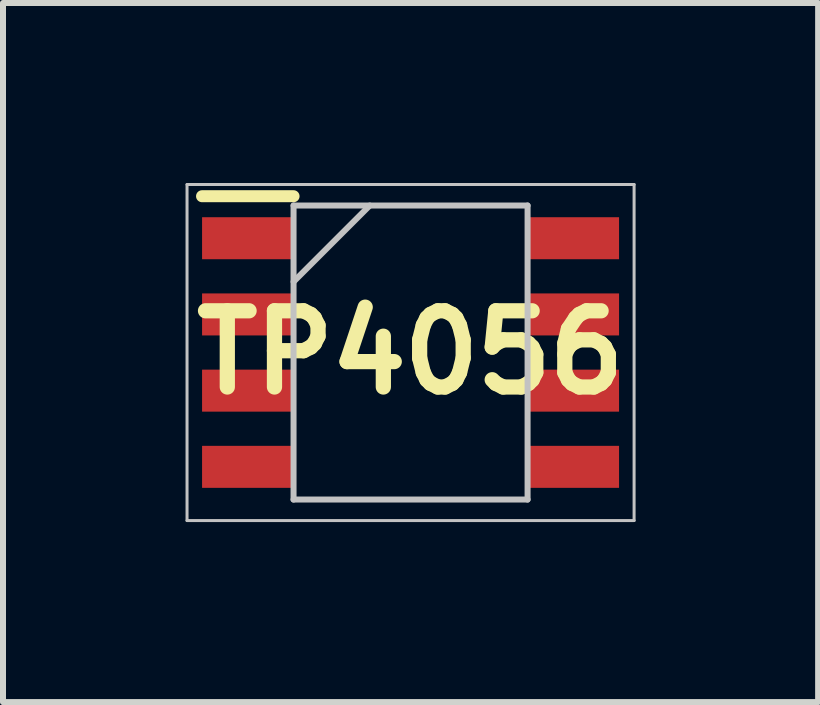
<source format=kicad_pcb>
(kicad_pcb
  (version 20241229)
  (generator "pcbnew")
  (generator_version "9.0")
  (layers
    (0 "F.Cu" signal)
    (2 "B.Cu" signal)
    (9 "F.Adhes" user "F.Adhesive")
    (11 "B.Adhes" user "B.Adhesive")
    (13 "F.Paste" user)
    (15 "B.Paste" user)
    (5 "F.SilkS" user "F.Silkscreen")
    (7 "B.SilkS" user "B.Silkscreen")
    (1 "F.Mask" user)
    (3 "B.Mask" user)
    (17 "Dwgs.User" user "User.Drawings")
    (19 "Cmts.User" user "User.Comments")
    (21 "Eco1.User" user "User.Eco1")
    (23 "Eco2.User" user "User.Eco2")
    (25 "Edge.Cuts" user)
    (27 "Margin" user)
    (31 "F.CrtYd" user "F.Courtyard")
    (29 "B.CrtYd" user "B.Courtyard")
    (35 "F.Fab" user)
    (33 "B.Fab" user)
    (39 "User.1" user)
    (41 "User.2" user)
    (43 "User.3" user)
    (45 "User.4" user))
  (footprint "TP4056"
    (layer "F.Cu")
    (at 3.792 2.825)
    (property "Reference" "TP4056" (at 0 0 0) (layer "F.SilkS") (effects (font (size 1.27 1.27) (thickness 0.254))))
    (attr smd)
    (fp_line (start -3.475 -2.605) (end -1.95 -2.605) (stroke (width 0.2) (type solid)) (layer "F.SilkS"))
    (fp_line (start -3.725 -2.8) (end 3.725 -2.8) (stroke (width 0.05) (type solid)) (layer "Dwgs.User"))
    (fp_line (start -3.725 2.8) (end -3.725 -2.8) (stroke (width 0.05) (type solid)) (layer "Dwgs.User"))
    (fp_line (start -1.95 -2.45) (end 1.95 -2.45) (stroke (width 0.1) (type solid)) (layer "Dwgs.User"))
    (fp_line (start -1.95 -1.18) (end -0.68 -2.45) (stroke (width 0.1) (type solid)) (layer "Dwgs.User"))
    (fp_line (start -1.95 2.45) (end -1.95 -2.45) (stroke (width 0.1) (type solid)) (layer "Dwgs.User"))
    (fp_line (start 1.95 -2.45) (end 1.95 2.45) (stroke (width 0.1) (type solid)) (layer "Dwgs.User"))
    (fp_line (start 1.95 2.45) (end -1.95 2.45) (stroke (width 0.1) (type solid)) (layer "Dwgs.User"))
    (fp_line (start 3.725 -2.8) (end 3.725 2.8) (stroke (width 0.05) (type solid)) (layer "Dwgs.User"))
    (fp_line (start 3.725 2.8) (end -3.725 2.8) (stroke (width 0.05) (type solid)) (layer "Dwgs.User"))
    (pad "1" smd rect (at -2.712 -1.905 90) (size 0.7 1.525) (layers "F.Cu" "F.Mask" "F.Paste"))
    (pad "2" smd rect (at -2.712 -0.635 90) (size 0.7 1.525) (layers "F.Cu" "F.Mask" "F.Paste"))
    (pad "3" smd rect (at -2.712 0.635 90) (size 0.7 1.525) (layers "F.Cu" "F.Mask" "F.Paste"))
    (pad "4" smd rect (at -2.712 1.905 90) (size 0.7 1.525) (layers "F.Cu" "F.Mask" "F.Paste"))
    (pad "5" smd rect (at 2.712 1.905 90) (size 0.7 1.525) (layers "F.Cu" "F.Mask" "F.Paste"))
    (pad "6" smd rect (at 2.712 0.635 90) (size 0.7 1.525) (layers "F.Cu" "F.Mask" "F.Paste"))
    (pad "7" smd rect (at 2.712 -0.635 90) (size 0.7 1.525) (layers "F.Cu" "F.Mask" "F.Paste"))
    (pad "8" smd rect (at 2.712 -1.905 90) (size 0.7 1.525) (layers "F.Cu" "F.Mask" "F.Paste")))
  (gr_rect
    (start -3 -3)
    (end 10.584 8.65)
    (stroke (width 0.1) (type default))
    (fill no)
    (layer "Edge.Cuts")))
</source>
